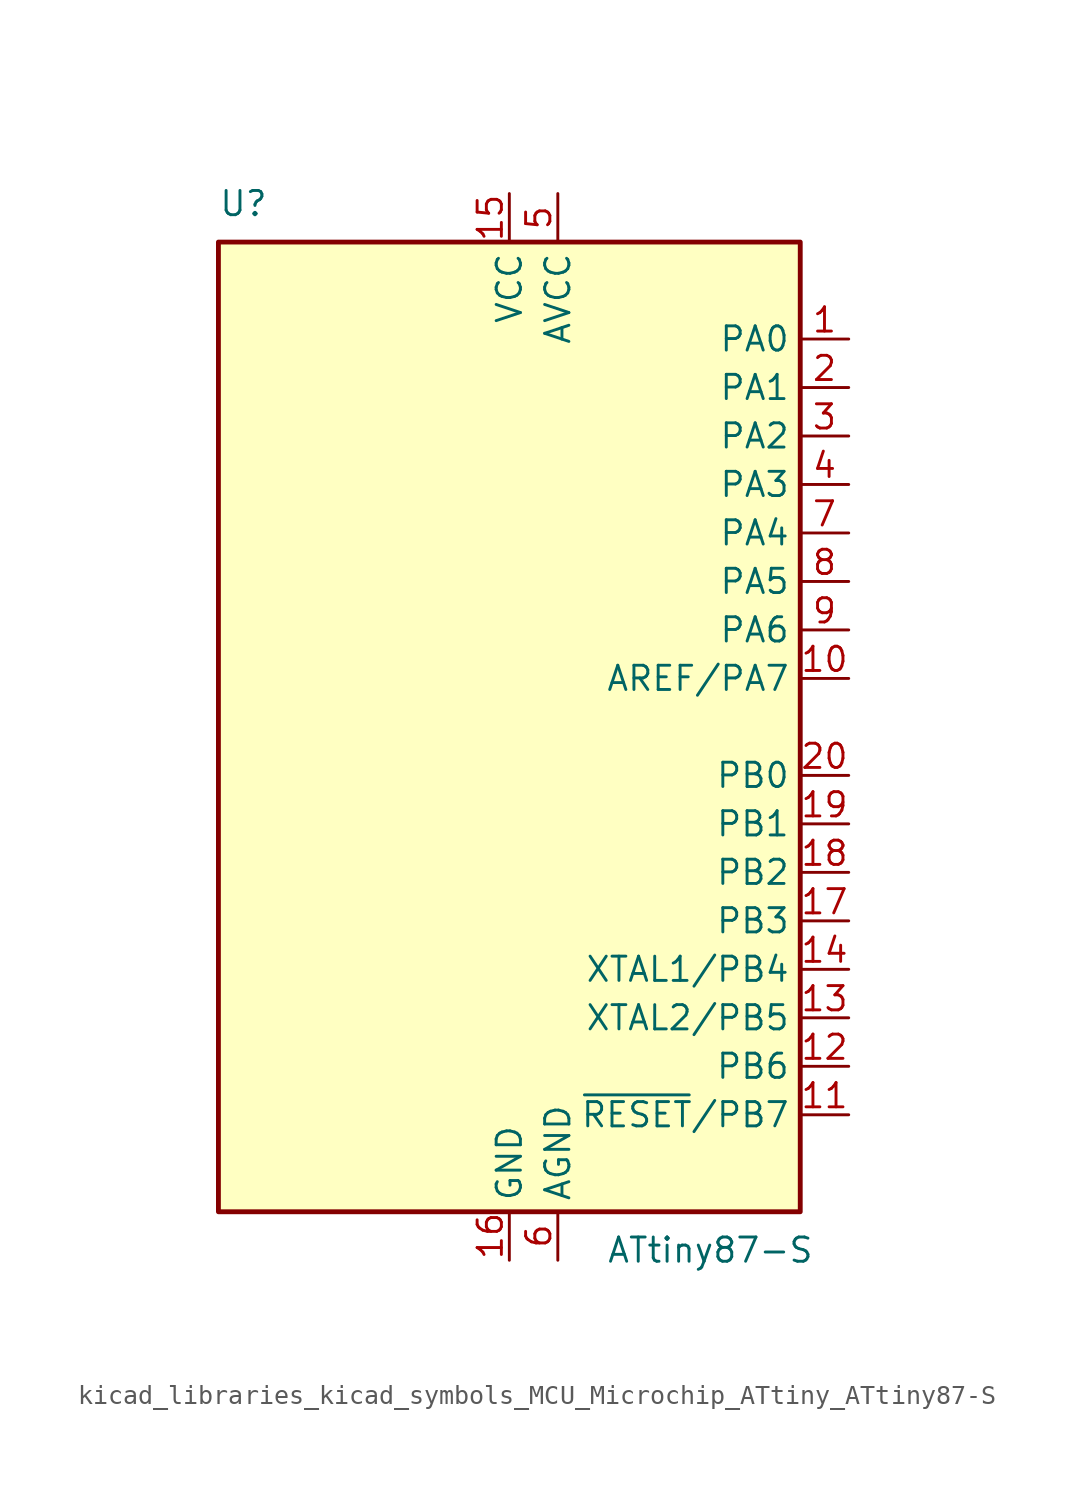
<source format=kicad_sym>
(kicad_symbol_lib
  (version 20220914)
  (generator kicad_symbol_editor)
  (symbol "kicad_libraries_kicad_symbols_MCU_Microchip_ATtiny_ATtiny87-S"
    (property "Reference" "U"
      (at -15.24 26.67 0)
      (effects (font (size 1.27 1.27)) (justify left bottom)))
    (property "Value" "ATtiny87-S"
      (at 5.08 -26.67 0)
      (effects (font (size 1.27 1.27)) (justify left top)))
    (symbol "kicad_libraries_kicad_symbols_MCU_Microchip_ATtiny_ATtiny87-S_0_1"
      (rectangle (start -15.24 -25.4) (end 15.24 25.4) (stroke (width 0.254) (type default)) (fill (type background))))
    (symbol "kicad_libraries_kicad_symbols_MCU_Microchip_ATtiny_ATtiny87-S_1_1"
      (pin bidirectional line (at 17.78 20.32 180) (length 2.54) (name "PA0" (effects (font (size 1.27 1.27)))) (number "1" (effects (font (size 1.27 1.27)))))
      (pin bidirectional line (at 17.78 2.54 180) (length 2.54) (name "AREF/PA7" (effects (font (size 1.27 1.27)))) (number "10" (effects (font (size 1.27 1.27)))))
      (pin bidirectional line (at 17.78 -20.32 180) (length 2.54) (name "~{RESET}/PB7" (effects (font (size 1.27 1.27)))) (number "11" (effects (font (size 1.27 1.27)))))
      (pin bidirectional line (at 17.78 -17.78 180) (length 2.54) (name "PB6" (effects (font (size 1.27 1.27)))) (number "12" (effects (font (size 1.27 1.27)))))
      (pin bidirectional line (at 17.78 -15.24 180) (length 2.54) (name "XTAL2/PB5" (effects (font (size 1.27 1.27)))) (number "13" (effects (font (size 1.27 1.27)))))
      (pin bidirectional line (at 17.78 -12.7 180) (length 2.54) (name "XTAL1/PB4" (effects (font (size 1.27 1.27)))) (number "14" (effects (font (size 1.27 1.27)))))
      (pin power_in line (at 0 27.94 270) (length 2.54) (name "VCC" (effects (font (size 1.27 1.27)))) (number "15" (effects (font (size 1.27 1.27)))))
      (pin power_in line (at 0 -27.94 90) (length 2.54) (name "GND" (effects (font (size 1.27 1.27)))) (number "16" (effects (font (size 1.27 1.27)))))
      (pin bidirectional line (at 17.78 -10.16 180) (length 2.54) (name "PB3" (effects (font (size 1.27 1.27)))) (number "17" (effects (font (size 1.27 1.27)))))
      (pin bidirectional line (at 17.78 -7.62 180) (length 2.54) (name "PB2" (effects (font (size 1.27 1.27)))) (number "18" (effects (font (size 1.27 1.27)))))
      (pin bidirectional line (at 17.78 -5.08 180) (length 2.54) (name "PB1" (effects (font (size 1.27 1.27)))) (number "19" (effects (font (size 1.27 1.27)))))
      (pin bidirectional line (at 17.78 17.78 180) (length 2.54) (name "PA1" (effects (font (size 1.27 1.27)))) (number "2" (effects (font (size 1.27 1.27)))))
      (pin bidirectional line (at 17.78 -2.54 180) (length 2.54) (name "PB0" (effects (font (size 1.27 1.27)))) (number "20" (effects (font (size 1.27 1.27)))))
      (pin bidirectional line (at 17.78 15.24 180) (length 2.54) (name "PA2" (effects (font (size 1.27 1.27)))) (number "3" (effects (font (size 1.27 1.27)))))
      (pin bidirectional line (at 17.78 12.7 180) (length 2.54) (name "PA3" (effects (font (size 1.27 1.27)))) (number "4" (effects (font (size 1.27 1.27)))))
      (pin power_in line (at 2.54 27.94 270) (length 2.54) (name "AVCC" (effects (font (size 1.27 1.27)))) (number "5" (effects (font (size 1.27 1.27)))))
      (pin power_in line (at 2.54 -27.94 90) (length 2.54) (name "AGND" (effects (font (size 1.27 1.27)))) (number "6" (effects (font (size 1.27 1.27)))))
      (pin bidirectional line (at 17.78 10.16 180) (length 2.54) (name "PA4" (effects (font (size 1.27 1.27)))) (number "7" (effects (font (size 1.27 1.27)))))
      (pin bidirectional line (at 17.78 7.62 180) (length 2.54) (name "PA5" (effects (font (size 1.27 1.27)))) (number "8" (effects (font (size 1.27 1.27)))))
      (pin bidirectional line (at 17.78 5.08 180) (length 2.54) (name "PA6" (effects (font (size 1.27 1.27)))) (number "9" (effects (font (size 1.27 1.27))))))))
</source>
